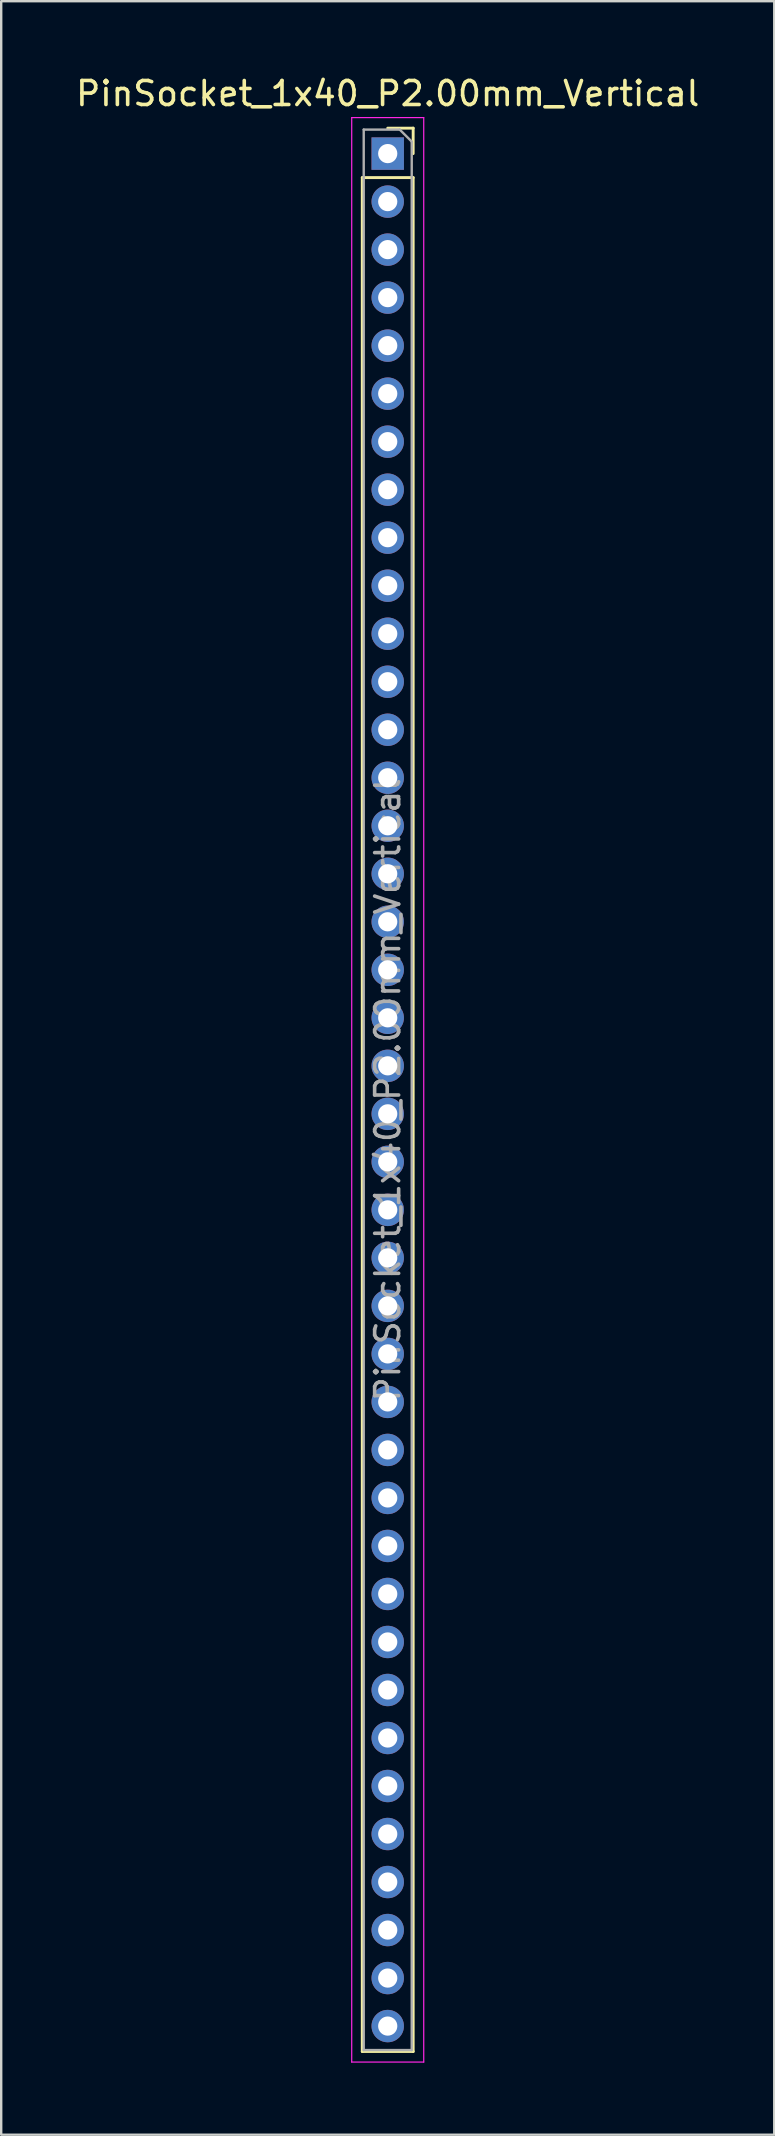
<source format=kicad_pcb>
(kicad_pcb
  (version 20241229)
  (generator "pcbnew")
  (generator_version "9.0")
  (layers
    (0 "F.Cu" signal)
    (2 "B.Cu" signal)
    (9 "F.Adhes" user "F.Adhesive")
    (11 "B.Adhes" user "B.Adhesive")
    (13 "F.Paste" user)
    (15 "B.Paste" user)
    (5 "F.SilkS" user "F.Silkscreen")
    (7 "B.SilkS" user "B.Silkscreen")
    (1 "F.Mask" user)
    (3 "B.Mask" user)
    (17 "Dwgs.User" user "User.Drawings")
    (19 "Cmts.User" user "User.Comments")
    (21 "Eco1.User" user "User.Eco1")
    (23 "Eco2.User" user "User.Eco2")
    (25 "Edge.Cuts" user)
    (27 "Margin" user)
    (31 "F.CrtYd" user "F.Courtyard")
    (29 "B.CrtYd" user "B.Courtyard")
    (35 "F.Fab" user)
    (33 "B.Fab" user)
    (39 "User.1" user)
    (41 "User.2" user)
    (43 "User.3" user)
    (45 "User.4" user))
  (footprint "PinSocket_1x40_P2.00mm_Vertical"
    (layer "F.Cu")
    (at 13.101 3.348)
    (property "Reference" "PinSocket_1x40_P2.00mm_Vertical" (at 0 -2.5 0) (layer "F.SilkS") (effects (font (size 1 1) (thickness 0.15))))
    (attr through_hole)
    (fp_line (start -1.06 1) (end -1.06 79.06) (stroke (width 0.12) (type solid)) (layer "F.SilkS"))
    (fp_line (start -1.06 1) (end 1.06 1) (stroke (width 0.12) (type solid)) (layer "F.SilkS"))
    (fp_line (start -1.06 79.06) (end 1.06 79.06) (stroke (width 0.12) (type solid)) (layer "F.SilkS"))
    (fp_line (start 0 -1.06) (end 1.06 -1.06) (stroke (width 0.12) (type solid)) (layer "F.SilkS"))
    (fp_line (start 1.06 -1.06) (end 1.06 0) (stroke (width 0.12) (type solid)) (layer "F.SilkS"))
    (fp_line (start 1.06 1) (end 1.06 79.06) (stroke (width 0.12) (type solid)) (layer "F.SilkS"))
    (fp_line (start -1.5 -1.5) (end 1.5 -1.5) (stroke (width 0.05) (type solid)) (layer "F.CrtYd"))
    (fp_line (start -1.5 79.5) (end -1.5 -1.5) (stroke (width 0.05) (type solid)) (layer "F.CrtYd"))
    (fp_line (start 1.5 -1.5) (end 1.5 79.5) (stroke (width 0.05) (type solid)) (layer "F.CrtYd"))
    (fp_line (start 1.5 79.5) (end -1.5 79.5) (stroke (width 0.05) (type solid)) (layer "F.CrtYd"))
    (fp_line (start -1 -1) (end 0.5 -1) (stroke (width 0.1) (type solid)) (layer "F.Fab"))
    (fp_line (start -1 79) (end -1 -1) (stroke (width 0.1) (type solid)) (layer "F.Fab"))
    (fp_line (start 0.5 -1) (end 1 -0.5) (stroke (width 0.1) (type solid)) (layer "F.Fab"))
    (fp_line (start 1 -0.5) (end 1 79) (stroke (width 0.1) (type solid)) (layer "F.Fab"))
    (fp_line (start 1 79) (end -1 79) (stroke (width 0.1) (type solid)) (layer "F.Fab"))
    (fp_text user "${REFERENCE}" (at 0 39 90) (layer "F.Fab") (effects (font (size 1 1) (thickness 0.15))))
    (pad "1" thru_hole rect (at 0 0) (size 1.35 1.35) (drill 0.8) (layers "*.Cu" "*.Mask"))
    (pad "2" thru_hole oval (at 0 2) (size 1.35 1.35) (drill 0.8) (layers "*.Cu" "*.Mask"))
    (pad "3" thru_hole oval (at 0 4) (size 1.35 1.35) (drill 0.8) (layers "*.Cu" "*.Mask"))
    (pad "4" thru_hole oval (at 0 6) (size 1.35 1.35) (drill 0.8) (layers "*.Cu" "*.Mask"))
    (pad "5" thru_hole oval (at 0 8) (size 1.35 1.35) (drill 0.8) (layers "*.Cu" "*.Mask"))
    (pad "6" thru_hole oval (at 0 10) (size 1.35 1.35) (drill 0.8) (layers "*.Cu" "*.Mask"))
    (pad "7" thru_hole oval (at 0 12) (size 1.35 1.35) (drill 0.8) (layers "*.Cu" "*.Mask"))
    (pad "8" thru_hole oval (at 0 14) (size 1.35 1.35) (drill 0.8) (layers "*.Cu" "*.Mask"))
    (pad "9" thru_hole oval (at 0 16) (size 1.35 1.35) (drill 0.8) (layers "*.Cu" "*.Mask"))
    (pad "10" thru_hole oval (at 0 18) (size 1.35 1.35) (drill 0.8) (layers "*.Cu" "*.Mask"))
    (pad "11" thru_hole oval (at 0 20) (size 1.35 1.35) (drill 0.8) (layers "*.Cu" "*.Mask"))
    (pad "12" thru_hole oval (at 0 22) (size 1.35 1.35) (drill 0.8) (layers "*.Cu" "*.Mask"))
    (pad "13" thru_hole oval (at 0 24) (size 1.35 1.35) (drill 0.8) (layers "*.Cu" "*.Mask"))
    (pad "14" thru_hole oval (at 0 26) (size 1.35 1.35) (drill 0.8) (layers "*.Cu" "*.Mask"))
    (pad "15" thru_hole oval (at 0 28) (size 1.35 1.35) (drill 0.8) (layers "*.Cu" "*.Mask"))
    (pad "16" thru_hole oval (at 0 30) (size 1.35 1.35) (drill 0.8) (layers "*.Cu" "*.Mask"))
    (pad "17" thru_hole oval (at 0 32) (size 1.35 1.35) (drill 0.8) (layers "*.Cu" "*.Mask"))
    (pad "18" thru_hole oval (at 0 34) (size 1.35 1.35) (drill 0.8) (layers "*.Cu" "*.Mask"))
    (pad "19" thru_hole oval (at 0 36) (size 1.35 1.35) (drill 0.8) (layers "*.Cu" "*.Mask"))
    (pad "20" thru_hole oval (at 0 38) (size 1.35 1.35) (drill 0.8) (layers "*.Cu" "*.Mask"))
    (pad "21" thru_hole oval (at 0 40) (size 1.35 1.35) (drill 0.8) (layers "*.Cu" "*.Mask"))
    (pad "22" thru_hole oval (at 0 42) (size 1.35 1.35) (drill 0.8) (layers "*.Cu" "*.Mask"))
    (pad "23" thru_hole oval (at 0 44) (size 1.35 1.35) (drill 0.8) (layers "*.Cu" "*.Mask"))
    (pad "24" thru_hole oval (at 0 46) (size 1.35 1.35) (drill 0.8) (layers "*.Cu" "*.Mask"))
    (pad "25" thru_hole oval (at 0 48) (size 1.35 1.35) (drill 0.8) (layers "*.Cu" "*.Mask"))
    (pad "26" thru_hole oval (at 0 50) (size 1.35 1.35) (drill 0.8) (layers "*.Cu" "*.Mask"))
    (pad "27" thru_hole oval (at 0 52) (size 1.35 1.35) (drill 0.8) (layers "*.Cu" "*.Mask"))
    (pad "28" thru_hole oval (at 0 54) (size 1.35 1.35) (drill 0.8) (layers "*.Cu" "*.Mask"))
    (pad "29" thru_hole oval (at 0 56) (size 1.35 1.35) (drill 0.8) (layers "*.Cu" "*.Mask"))
    (pad "30" thru_hole oval (at 0 58) (size 1.35 1.35) (drill 0.8) (layers "*.Cu" "*.Mask"))
    (pad "31" thru_hole oval (at 0 60) (size 1.35 1.35) (drill 0.8) (layers "*.Cu" "*.Mask"))
    (pad "32" thru_hole oval (at 0 62) (size 1.35 1.35) (drill 0.8) (layers "*.Cu" "*.Mask"))
    (pad "33" thru_hole oval (at 0 64) (size 1.35 1.35) (drill 0.8) (layers "*.Cu" "*.Mask"))
    (pad "34" thru_hole oval (at 0 66) (size 1.35 1.35) (drill 0.8) (layers "*.Cu" "*.Mask"))
    (pad "35" thru_hole oval (at 0 68) (size 1.35 1.35) (drill 0.8) (layers "*.Cu" "*.Mask"))
    (pad "36" thru_hole oval (at 0 70) (size 1.35 1.35) (drill 0.8) (layers "*.Cu" "*.Mask"))
    (pad "37" thru_hole oval (at 0 72) (size 1.35 1.35) (drill 0.8) (layers "*.Cu" "*.Mask"))
    (pad "38" thru_hole oval (at 0 74) (size 1.35 1.35) (drill 0.8) (layers "*.Cu" "*.Mask"))
    (pad "39" thru_hole oval (at 0 76) (size 1.35 1.35) (drill 0.8) (layers "*.Cu" "*.Mask"))
    (pad "40" thru_hole oval (at 0 78) (size 1.35 1.35) (drill 0.8) (layers "*.Cu" "*.Mask")))
  (gr_rect
    (start -3 -3)
    (end 29.202 85.873)
    (stroke (width 0.1) (type default))
    (fill no)
    (layer "Edge.Cuts")))
</source>
